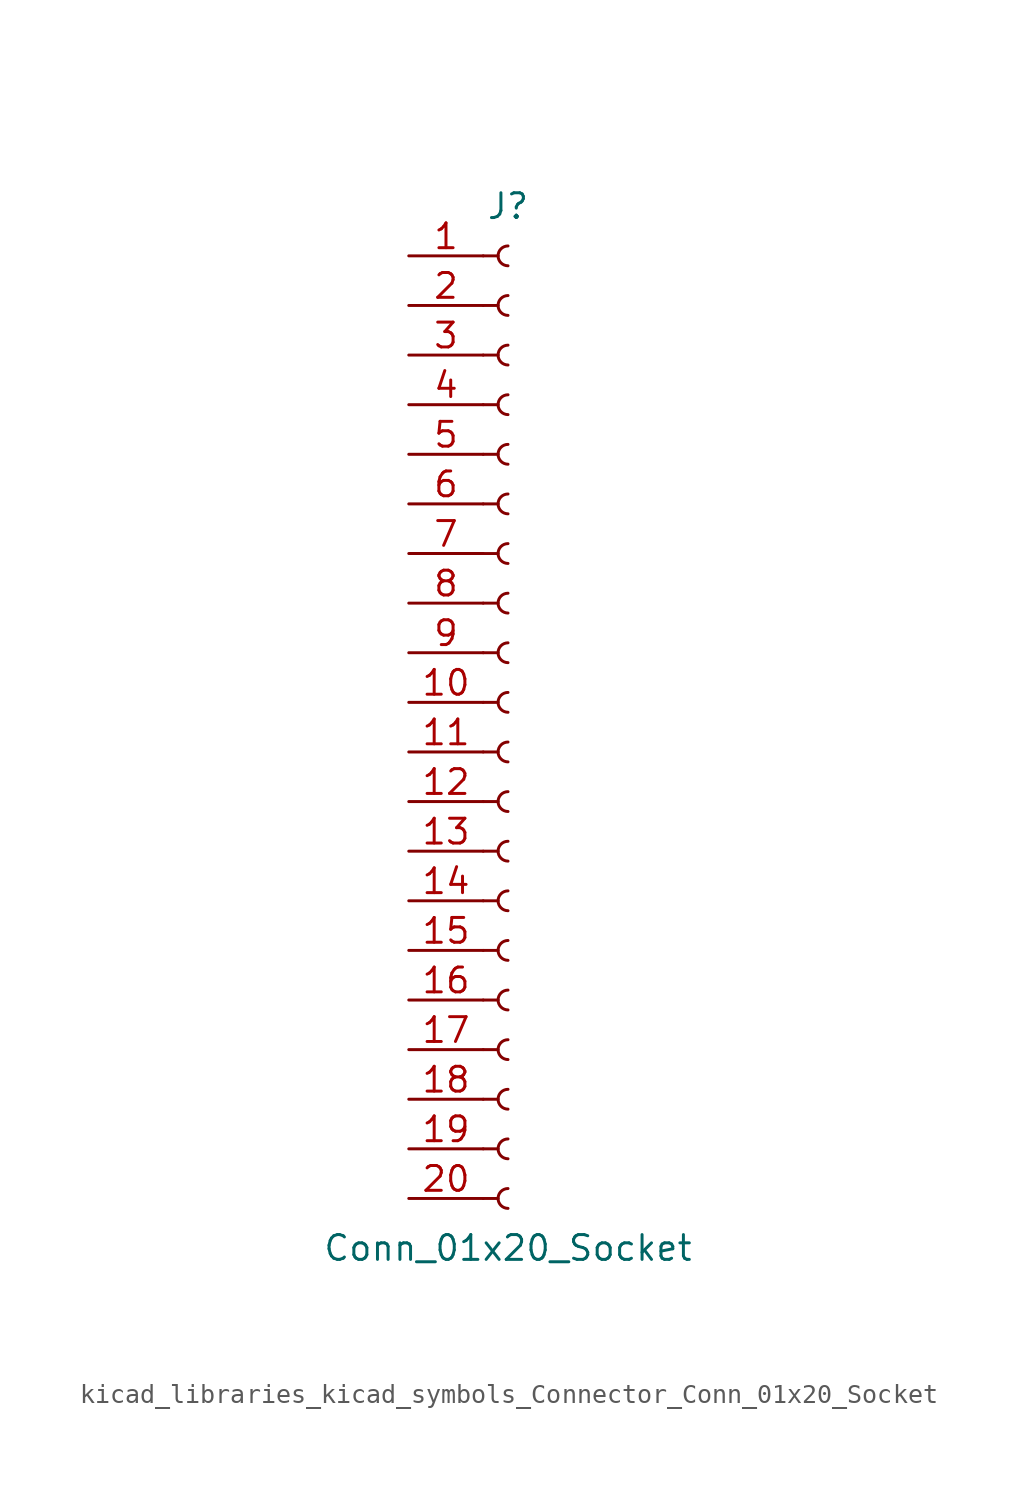
<source format=kicad_sym>
(kicad_symbol_lib
  (version 20220914)
  (generator kicad_symbol_editor)
  (symbol "kicad_libraries_kicad_symbols_Connector_Conn_01x20_Socket"
    (pin_names
      (offset 1.016) hide)
    (property "Reference" "J"
      (at 0 25.4 0)
      (effects (font (size 1.27 1.27))))
    (property "Value" "Conn_01x20_Socket"
      (at 0 -27.94 0)
      (effects (font (size 1.27 1.27))))
    (property "ki_locked" ""
      (at 0 0 0)
      (effects (font (size 1.27 1.27))))
    (symbol "kicad_libraries_kicad_symbols_Connector_Conn_01x20_Socket_1_1"
      (arc (start 0 -24.892) (mid -0.5058 -25.4) (end 0 -25.908) (stroke (width 0.1524) (type default)) (fill (type none)))
      (arc (start 0 -22.352) (mid -0.5058 -22.86) (end 0 -23.368) (stroke (width 0.1524) (type default)) (fill (type none)))
      (arc (start 0 -19.812) (mid -0.5058 -20.32) (end 0 -20.828) (stroke (width 0.1524) (type default)) (fill (type none)))
      (arc (start 0 -17.272) (mid -0.5058 -17.78) (end 0 -18.288) (stroke (width 0.1524) (type default)) (fill (type none)))
      (arc (start 0 -14.732) (mid -0.5058 -15.24) (end 0 -15.748) (stroke (width 0.1524) (type default)) (fill (type none)))
      (arc (start 0 -12.192) (mid -0.5058 -12.7) (end 0 -13.208) (stroke (width 0.1524) (type default)) (fill (type none)))
      (arc (start 0 -9.652) (mid -0.5058 -10.16) (end 0 -10.668) (stroke (width 0.1524) (type default)) (fill (type none)))
      (arc (start 0 -7.112) (mid -0.5058 -7.62) (end 0 -8.128) (stroke (width 0.1524) (type default)) (fill (type none)))
      (arc (start 0 -4.572) (mid -0.5058 -5.08) (end 0 -5.588) (stroke (width 0.1524) (type default)) (fill (type none)))
      (arc (start 0 -2.032) (mid -0.5058 -2.54) (end 0 -3.048) (stroke (width 0.1524) (type default)) (fill (type none)))
      (polyline (pts (xy -1.27 -25.4) (xy -0.508 -25.4)) (stroke (width 0.152) (type default)) (fill (type none)))
      (polyline (pts (xy -1.27 -22.86) (xy -0.508 -22.86)) (stroke (width 0.152) (type default)) (fill (type none)))
      (polyline (pts (xy -1.27 -20.32) (xy -0.508 -20.32)) (stroke (width 0.152) (type default)) (fill (type none)))
      (polyline (pts (xy -1.27 -17.78) (xy -0.508 -17.78)) (stroke (width 0.152) (type default)) (fill (type none)))
      (polyline (pts (xy -1.27 -15.24) (xy -0.508 -15.24)) (stroke (width 0.152) (type default)) (fill (type none)))
      (polyline (pts (xy -1.27 -12.7) (xy -0.508 -12.7)) (stroke (width 0.152) (type default)) (fill (type none)))
      (polyline (pts (xy -1.27 -10.16) (xy -0.508 -10.16)) (stroke (width 0.152) (type default)) (fill (type none)))
      (polyline (pts (xy -1.27 -7.62) (xy -0.508 -7.62)) (stroke (width 0.152) (type default)) (fill (type none)))
      (polyline (pts (xy -1.27 -5.08) (xy -0.508 -5.08)) (stroke (width 0.152) (type default)) (fill (type none)))
      (polyline (pts (xy -1.27 -2.54) (xy -0.508 -2.54)) (stroke (width 0.152) (type default)) (fill (type none)))
      (polyline (pts (xy -1.27 0) (xy -0.508 0)) (stroke (width 0.152) (type default)) (fill (type none)))
      (polyline (pts (xy -1.27 2.54) (xy -0.508 2.54)) (stroke (width 0.152) (type default)) (fill (type none)))
      (polyline (pts (xy -1.27 5.08) (xy -0.508 5.08)) (stroke (width 0.152) (type default)) (fill (type none)))
      (polyline (pts (xy -1.27 7.62) (xy -0.508 7.62)) (stroke (width 0.152) (type default)) (fill (type none)))
      (polyline (pts (xy -1.27 10.16) (xy -0.508 10.16)) (stroke (width 0.152) (type default)) (fill (type none)))
      (polyline (pts (xy -1.27 12.7) (xy -0.508 12.7)) (stroke (width 0.152) (type default)) (fill (type none)))
      (polyline (pts (xy -1.27 15.24) (xy -0.508 15.24)) (stroke (width 0.152) (type default)) (fill (type none)))
      (polyline (pts (xy -1.27 17.78) (xy -0.508 17.78)) (stroke (width 0.152) (type default)) (fill (type none)))
      (polyline (pts (xy -1.27 20.32) (xy -0.508 20.32)) (stroke (width 0.152) (type default)) (fill (type none)))
      (polyline (pts (xy -1.27 22.86) (xy -0.508 22.86)) (stroke (width 0.152) (type default)) (fill (type none)))
      (arc (start 0 0.508) (mid -0.5058 0) (end 0 -0.508) (stroke (width 0.1524) (type default)) (fill (type none)))
      (arc (start 0 3.048) (mid -0.5058 2.54) (end 0 2.032) (stroke (width 0.1524) (type default)) (fill (type none)))
      (arc (start 0 5.588) (mid -0.5058 5.08) (end 0 4.572) (stroke (width 0.1524) (type default)) (fill (type none)))
      (arc (start 0 8.128) (mid -0.5058 7.62) (end 0 7.112) (stroke (width 0.1524) (type default)) (fill (type none)))
      (arc (start 0 10.668) (mid -0.5058 10.16) (end 0 9.652) (stroke (width 0.1524) (type default)) (fill (type none)))
      (arc (start 0 13.208) (mid -0.5058 12.7) (end 0 12.192) (stroke (width 0.1524) (type default)) (fill (type none)))
      (arc (start 0 15.748) (mid -0.5058 15.24) (end 0 14.732) (stroke (width 0.1524) (type default)) (fill (type none)))
      (arc (start 0 18.288) (mid -0.5058 17.78) (end 0 17.272) (stroke (width 0.1524) (type default)) (fill (type none)))
      (arc (start 0 20.828) (mid -0.5058 20.32) (end 0 19.812) (stroke (width 0.1524) (type default)) (fill (type none)))
      (arc (start 0 23.368) (mid -0.5058 22.86) (end 0 22.352) (stroke (width 0.1524) (type default)) (fill (type none)))
      (pin passive line (at -5.08 22.86 0) (length 3.81) (name "Pin_1" (effects (font (size 1.27 1.27)))) (number "1" (effects (font (size 1.27 1.27)))))
      (pin passive line (at -5.08 0 0) (length 3.81) (name "Pin_10" (effects (font (size 1.27 1.27)))) (number "10" (effects (font (size 1.27 1.27)))))
      (pin passive line (at -5.08 -2.54 0) (length 3.81) (name "Pin_11" (effects (font (size 1.27 1.27)))) (number "11" (effects (font (size 1.27 1.27)))))
      (pin passive line (at -5.08 -5.08 0) (length 3.81) (name "Pin_12" (effects (font (size 1.27 1.27)))) (number "12" (effects (font (size 1.27 1.27)))))
      (pin passive line (at -5.08 -7.62 0) (length 3.81) (name "Pin_13" (effects (font (size 1.27 1.27)))) (number "13" (effects (font (size 1.27 1.27)))))
      (pin passive line (at -5.08 -10.16 0) (length 3.81) (name "Pin_14" (effects (font (size 1.27 1.27)))) (number "14" (effects (font (size 1.27 1.27)))))
      (pin passive line (at -5.08 -12.7 0) (length 3.81) (name "Pin_15" (effects (font (size 1.27 1.27)))) (number "15" (effects (font (size 1.27 1.27)))))
      (pin passive line (at -5.08 -15.24 0) (length 3.81) (name "Pin_16" (effects (font (size 1.27 1.27)))) (number "16" (effects (font (size 1.27 1.27)))))
      (pin passive line (at -5.08 -17.78 0) (length 3.81) (name "Pin_17" (effects (font (size 1.27 1.27)))) (number "17" (effects (font (size 1.27 1.27)))))
      (pin passive line (at -5.08 -20.32 0) (length 3.81) (name "Pin_18" (effects (font (size 1.27 1.27)))) (number "18" (effects (font (size 1.27 1.27)))))
      (pin passive line (at -5.08 -22.86 0) (length 3.81) (name "Pin_19" (effects (font (size 1.27 1.27)))) (number "19" (effects (font (size 1.27 1.27)))))
      (pin passive line (at -5.08 20.32 0) (length 3.81) (name "Pin_2" (effects (font (size 1.27 1.27)))) (number "2" (effects (font (size 1.27 1.27)))))
      (pin passive line (at -5.08 -25.4 0) (length 3.81) (name "Pin_20" (effects (font (size 1.27 1.27)))) (number "20" (effects (font (size 1.27 1.27)))))
      (pin passive line (at -5.08 17.78 0) (length 3.81) (name "Pin_3" (effects (font (size 1.27 1.27)))) (number "3" (effects (font (size 1.27 1.27)))))
      (pin passive line (at -5.08 15.24 0) (length 3.81) (name "Pin_4" (effects (font (size 1.27 1.27)))) (number "4" (effects (font (size 1.27 1.27)))))
      (pin passive line (at -5.08 12.7 0) (length 3.81) (name "Pin_5" (effects (font (size 1.27 1.27)))) (number "5" (effects (font (size 1.27 1.27)))))
      (pin passive line (at -5.08 10.16 0) (length 3.81) (name "Pin_6" (effects (font (size 1.27 1.27)))) (number "6" (effects (font (size 1.27 1.27)))))
      (pin passive line (at -5.08 7.62 0) (length 3.81) (name "Pin_7" (effects (font (size 1.27 1.27)))) (number "7" (effects (font (size 1.27 1.27)))))
      (pin passive line (at -5.08 5.08 0) (length 3.81) (name "Pin_8" (effects (font (size 1.27 1.27)))) (number "8" (effects (font (size 1.27 1.27)))))
      (pin passive line (at -5.08 2.54 0) (length 3.81) (name "Pin_9" (effects (font (size 1.27 1.27)))) (number "9" (effects (font (size 1.27 1.27))))))))
</source>
